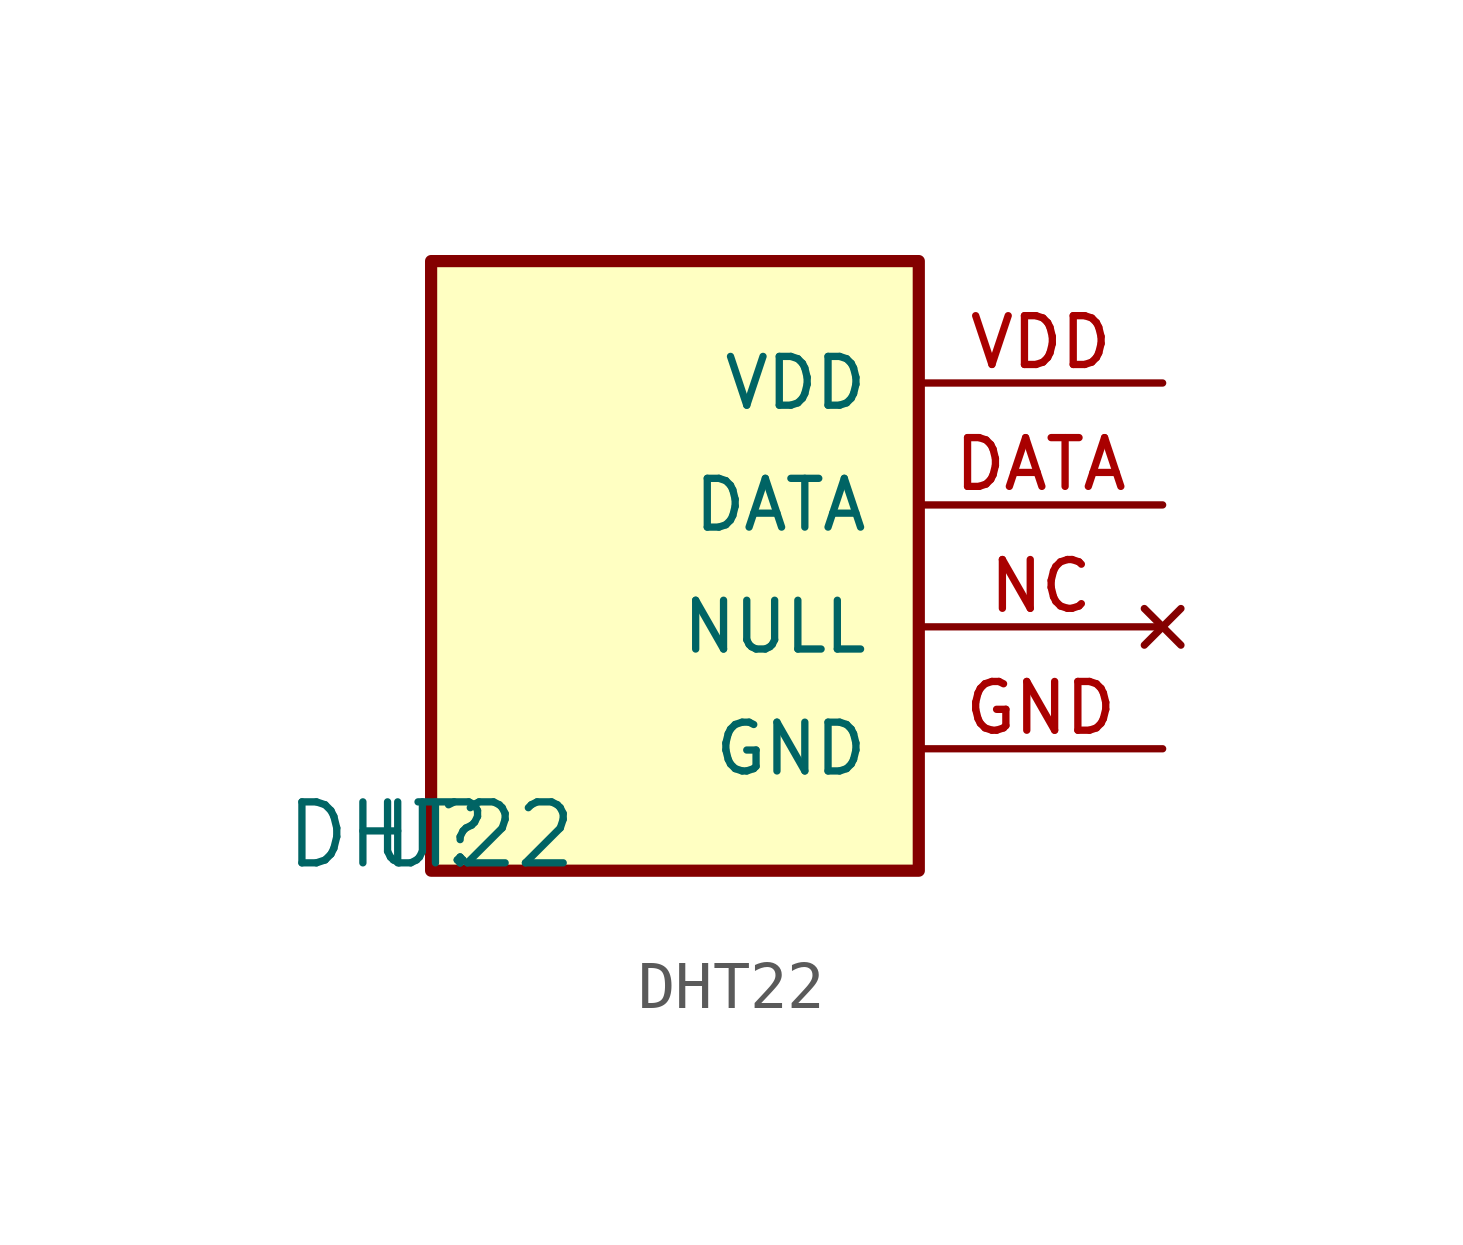
<source format=kicad_sym>
(kicad_symbol_lib
  (version 20220914)
  (generator kicad_symbol_editor)
  (symbol "DHT22"
    (pin_names
      (offset 1.016))
    (property "Reference" "U"
      (at 0 0 0)
      (effects (font (size 1.27 1.27)) (justify bottom)))
    (property "Value" "DHT22"
      (at 0 0 0)
      (effects (font (size 1.27 1.27)) (justify bottom)))
    (symbol "DHT22_0_0"
      (rectangle (start 0 0) (end 10.16 12.7) (stroke (width 0.254) (type default)) (fill (type background)))
      (pin output line (at 15.24 7.62 180) (length 5.08) (name "DATA" (effects (font (size 1.016 1.016)))) (number "DATA" (effects (font (size 1.016 1.016)))))
      (pin power_in line (at 15.24 2.54 180) (length 5.08) (name "GND" (effects (font (size 1.016 1.016)))) (number "GND" (effects (font (size 1.016 1.016)))))
      (pin no_connect line (at 15.24 5.08 180) (length 5.08) (name "NULL" (effects (font (size 1.016 1.016)))) (number "NC" (effects (font (size 1.016 1.016)))))
      (pin power_in line (at 15.24 10.16 180) (length 5.08) (name "VDD" (effects (font (size 1.016 1.016)))) (number "VDD" (effects (font (size 1.016 1.016))))))))
</source>
